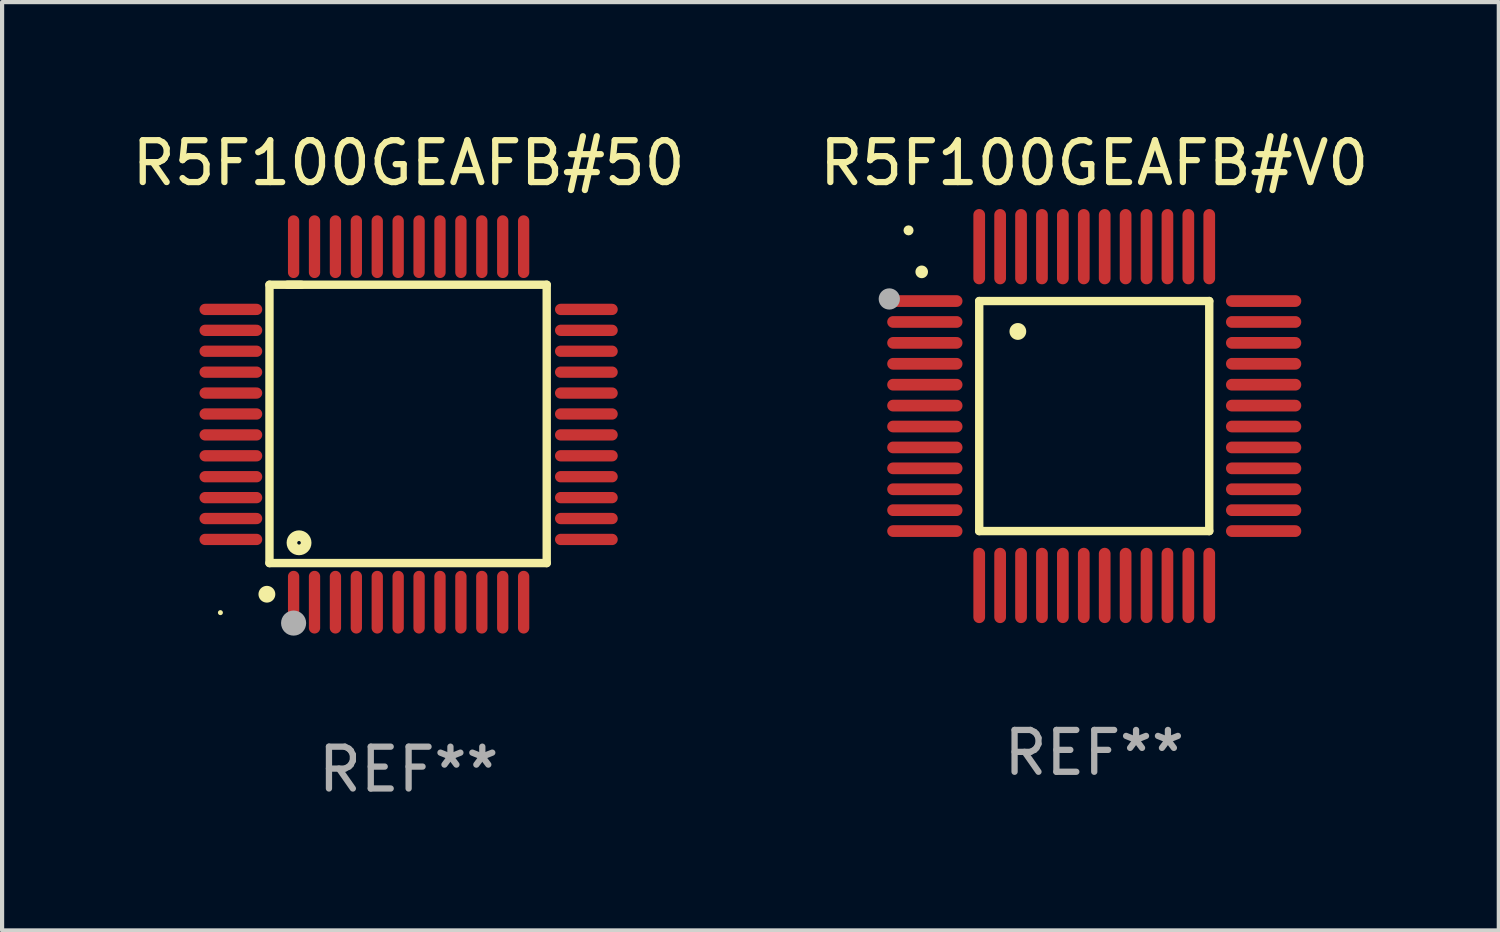
<source format=kicad_pcb>
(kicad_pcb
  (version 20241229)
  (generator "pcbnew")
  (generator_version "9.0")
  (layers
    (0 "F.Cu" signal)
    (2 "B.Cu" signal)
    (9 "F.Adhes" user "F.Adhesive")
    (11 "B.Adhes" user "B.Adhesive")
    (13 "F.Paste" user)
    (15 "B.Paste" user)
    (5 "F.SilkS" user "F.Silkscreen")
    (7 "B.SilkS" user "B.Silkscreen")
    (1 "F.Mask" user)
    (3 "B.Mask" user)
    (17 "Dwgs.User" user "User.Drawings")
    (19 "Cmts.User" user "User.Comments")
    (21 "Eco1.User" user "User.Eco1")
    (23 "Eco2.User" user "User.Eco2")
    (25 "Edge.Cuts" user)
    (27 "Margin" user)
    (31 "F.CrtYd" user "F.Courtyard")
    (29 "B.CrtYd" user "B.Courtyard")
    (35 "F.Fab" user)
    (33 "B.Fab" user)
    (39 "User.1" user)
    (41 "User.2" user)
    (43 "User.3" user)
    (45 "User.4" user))
  (footprint "R5F100GEAFB#V0"
    (layer "F.Cu")
    (at 23.113 6.898)
    (property "Reference" "R5F100GEAFB#V0" (at 0 -6.05 0) (layer "F.SilkS") (effects (font (size 1 1) (thickness 0.15))))
    (attr through_hole)
    (fp_line (start -2.75 -2.75) (end 2.75 -2.75) (stroke (width 0.2) (type solid)) (layer "F.SilkS"))
    (fp_line (start -2.75 2.75) (end -2.75 -2.75) (stroke (width 0.2) (type solid)) (layer "F.SilkS"))
    (fp_line (start 2.75 -2.75) (end 2.75 2.75) (stroke (width 0.2) (type solid)) (layer "F.SilkS"))
    (fp_line (start 2.75 2.75) (end -2.75 2.75) (stroke (width 0.2) (type solid)) (layer "F.SilkS"))
    (fp_arc (start -4.124968 -3.446787) (mid -4.124973 -3.448057) (end -4.124968 -3.449327) (stroke (width 0.3) (type solid)) (layer "F.SilkS"))
    (fp_arc (start -1.826264 -2.021844) (mid -1.826268 -2.023114) (end -1.826264 -2.024384) (stroke (width 0.4) (type solid)) (layer "F.SilkS"))
    (fp_circle (center -4.44 -4.44) (end -4.38 -4.44) (stroke (width 0.12) (type solid)) (fill no) (layer "F.SilkS"))
    (fp_circle (center -4.9 -2.8) (end -4.773 -2.8) (stroke (width 0.254) (type solid)) (fill no) (layer "F.Fab"))
    (fp_text user "REF**" (at 0 8.05 0) (layer "F.Fab") (effects (font (size 1 1) (thickness 0.15))))
    (pad "1" smd oval (at -4.05 -2.75 90) (size 0.28 1.8) (layers "F.Cu" "F.Mask" "F.Paste"))
    (pad "2" smd oval (at -4.05 -2.25 90) (size 0.28 1.8) (layers "F.Cu" "F.Mask" "F.Paste"))
    (pad "3" smd oval (at -4.05 -1.75 90) (size 0.28 1.8) (layers "F.Cu" "F.Mask" "F.Paste"))
    (pad "4" smd oval (at -4.05 -1.25 90) (size 0.28 1.8) (layers "F.Cu" "F.Mask" "F.Paste"))
    (pad "5" smd oval (at -4.05 -0.75 90) (size 0.28 1.8) (layers "F.Cu" "F.Mask" "F.Paste"))
    (pad "6" smd oval (at -4.05 -0.25 90) (size 0.28 1.8) (layers "F.Cu" "F.Mask" "F.Paste"))
    (pad "7" smd oval (at -4.05 0.25 90) (size 0.28 1.8) (layers "F.Cu" "F.Mask" "F.Paste"))
    (pad "8" smd oval (at -4.05 0.75 90) (size 0.28 1.8) (layers "F.Cu" "F.Mask" "F.Paste"))
    (pad "9" smd oval (at -4.05 1.25 90) (size 0.28 1.8) (layers "F.Cu" "F.Mask" "F.Paste"))
    (pad "10" smd oval (at -4.05 1.75 90) (size 0.28 1.8) (layers "F.Cu" "F.Mask" "F.Paste"))
    (pad "11" smd oval (at -4.05 2.25 90) (size 0.28 1.8) (layers "F.Cu" "F.Mask" "F.Paste"))
    (pad "12" smd oval (at -4.05 2.75 90) (size 0.28 1.8) (layers "F.Cu" "F.Mask" "F.Paste"))
    (pad "13" smd oval (at -2.75 4.05) (size 0.28 1.8) (layers "F.Cu" "F.Mask" "F.Paste"))
    (pad "14" smd oval (at -2.25 4.05) (size 0.28 1.8) (layers "F.Cu" "F.Mask" "F.Paste"))
    (pad "15" smd oval (at -1.75 4.05) (size 0.28 1.8) (layers "F.Cu" "F.Mask" "F.Paste"))
    (pad "16" smd oval (at -1.25 4.05) (size 0.28 1.8) (layers "F.Cu" "F.Mask" "F.Paste"))
    (pad "17" smd oval (at -0.75 4.05) (size 0.28 1.8) (layers "F.Cu" "F.Mask" "F.Paste"))
    (pad "18" smd oval (at -0.25 4.05) (size 0.28 1.8) (layers "F.Cu" "F.Mask" "F.Paste"))
    (pad "19" smd oval (at 0.25 4.05) (size 0.28 1.8) (layers "F.Cu" "F.Mask" "F.Paste"))
    (pad "20" smd oval (at 0.75 4.05) (size 0.28 1.8) (layers "F.Cu" "F.Mask" "F.Paste"))
    (pad "21" smd oval (at 1.25 4.05) (size 0.28 1.8) (layers "F.Cu" "F.Mask" "F.Paste"))
    (pad "22" smd oval (at 1.75 4.05) (size 0.28 1.8) (layers "F.Cu" "F.Mask" "F.Paste"))
    (pad "23" smd oval (at 2.25 4.05) (size 0.28 1.8) (layers "F.Cu" "F.Mask" "F.Paste"))
    (pad "24" smd oval (at 2.75 4.05) (size 0.28 1.8) (layers "F.Cu" "F.Mask" "F.Paste"))
    (pad "25" smd oval (at 4.05 2.75 90) (size 0.28 1.8) (layers "F.Cu" "F.Mask" "F.Paste"))
    (pad "26" smd oval (at 4.05 2.25 90) (size 0.28 1.8) (layers "F.Cu" "F.Mask" "F.Paste"))
    (pad "27" smd oval (at 4.05 1.75 90) (size 0.28 1.8) (layers "F.Cu" "F.Mask" "F.Paste"))
    (pad "28" smd oval (at 4.05 1.25 90) (size 0.28 1.8) (layers "F.Cu" "F.Mask" "F.Paste"))
    (pad "29" smd oval (at 4.05 0.75 90) (size 0.28 1.8) (layers "F.Cu" "F.Mask" "F.Paste"))
    (pad "30" smd oval (at 4.05 0.25 90) (size 0.28 1.8) (layers "F.Cu" "F.Mask" "F.Paste"))
    (pad "31" smd oval (at 4.05 -0.25 90) (size 0.28 1.8) (layers "F.Cu" "F.Mask" "F.Paste"))
    (pad "32" smd oval (at 4.05 -0.75 90) (size 0.28 1.8) (layers "F.Cu" "F.Mask" "F.Paste"))
    (pad "33" smd oval (at 4.05 -1.25 90) (size 0.28 1.8) (layers "F.Cu" "F.Mask" "F.Paste"))
    (pad "34" smd oval (at 4.05 -1.75 90) (size 0.28 1.8) (layers "F.Cu" "F.Mask" "F.Paste"))
    (pad "35" smd oval (at 4.05 -2.25 90) (size 0.28 1.8) (layers "F.Cu" "F.Mask" "F.Paste"))
    (pad "36" smd oval (at 4.05 -2.75 90) (size 0.28 1.8) (layers "F.Cu" "F.Mask" "F.Paste"))
    (pad "37" smd oval (at 2.75 -4.05) (size 0.28 1.8) (layers "F.Cu" "F.Mask" "F.Paste"))
    (pad "38" smd oval (at 2.25 -4.05) (size 0.28 1.8) (layers "F.Cu" "F.Mask" "F.Paste"))
    (pad "39" smd oval (at 1.75 -4.05) (size 0.28 1.8) (layers "F.Cu" "F.Mask" "F.Paste"))
    (pad "40" smd oval (at 1.25 -4.05) (size 0.28 1.8) (layers "F.Cu" "F.Mask" "F.Paste"))
    (pad "41" smd oval (at 0.75 -4.05) (size 0.28 1.8) (layers "F.Cu" "F.Mask" "F.Paste"))
    (pad "42" smd oval (at 0.25 -4.05) (size 0.28 1.8) (layers "F.Cu" "F.Mask" "F.Paste"))
    (pad "43" smd oval (at -0.25 -4.05) (size 0.28 1.8) (layers "F.Cu" "F.Mask" "F.Paste"))
    (pad "44" smd oval (at -0.75 -4.05) (size 0.28 1.8) (layers "F.Cu" "F.Mask" "F.Paste"))
    (pad "45" smd oval (at -1.25 -4.05) (size 0.28 1.8) (layers "F.Cu" "F.Mask" "F.Paste"))
    (pad "46" smd oval (at -1.75 -4.05) (size 0.28 1.8) (layers "F.Cu" "F.Mask" "F.Paste"))
    (pad "47" smd oval (at -2.25 -4.05) (size 0.28 1.8) (layers "F.Cu" "F.Mask" "F.Paste"))
    (pad "48" smd oval (at -2.75 -4.05) (size 0.28 1.8) (layers "F.Cu" "F.Mask" "F.Paste")))
  (footprint "R5F100GEAFB#50"
    (layer "F.Cu")
    (at 6.72 7.098)
    (property "Reference" "R5F100GEAFB#50" (at 0 -6.25 0) (layer "F.SilkS") (effects (font (size 1 1) (thickness 0.15))))
    (attr through_hole)
    (fp_line (start -3.327 -3.34) (end -2.565 -3.34) (stroke (width 0.2) (type solid)) (layer "F.SilkS"))
    (fp_line (start -3.327 3.315) (end -3.327 -3.34) (stroke (width 0.2) (type solid)) (layer "F.SilkS"))
    (fp_line (start -2.896 -3.34) (end 3.302 -3.34) (stroke (width 0.2) (type solid)) (layer "F.SilkS"))
    (fp_line (start 3.302 -3.34) (end 3.302 3.315) (stroke (width 0.2) (type solid)) (layer "F.SilkS"))
    (fp_line (start 3.302 3.315) (end -3.327 3.315) (stroke (width 0.2) (type solid)) (layer "F.SilkS"))
    (fp_arc (start -3.389992 4.059995) (mid -3.388722 4.059991) (end -3.387452 4.059995) (stroke (width 0.4) (type solid)) (layer "F.SilkS"))
    (fp_circle (center -4.5 4.5) (end -4.47 4.5) (stroke (width 0.06) (type solid)) (fill no) (layer "F.SilkS"))
    (fp_circle (center -2.62 2.83) (end -2.45 2.83) (stroke (width 0.254) (type solid)) (fill no) (layer "F.SilkS"))
    (fp_circle (center -2.75 4.75) (end -2.6 4.75) (stroke (width 0.3) (type solid)) (fill no) (layer "F.Fab"))
    (fp_text user "REF**" (at 0 8.25 0) (layer "F.Fab") (effects (font (size 1 1) (thickness 0.15))))
    (pad "1" smd oval (at -2.75 4.25) (size 0.27 1.5) (layers "F.Cu" "F.Mask" "F.Paste"))
    (pad "2" smd oval (at -2.25 4.25) (size 0.27 1.5) (layers "F.Cu" "F.Mask" "F.Paste"))
    (pad "3" smd oval (at -1.75 4.25) (size 0.27 1.5) (layers "F.Cu" "F.Mask" "F.Paste"))
    (pad "4" smd oval (at -1.25 4.25) (size 0.27 1.5) (layers "F.Cu" "F.Mask" "F.Paste"))
    (pad "5" smd oval (at -0.75 4.25) (size 0.27 1.5) (layers "F.Cu" "F.Mask" "F.Paste"))
    (pad "6" smd oval (at -0.25 4.25) (size 0.27 1.5) (layers "F.Cu" "F.Mask" "F.Paste"))
    (pad "7" smd oval (at 0.25 4.25) (size 0.27 1.5) (layers "F.Cu" "F.Mask" "F.Paste"))
    (pad "8" smd oval (at 0.75 4.25) (size 0.27 1.5) (layers "F.Cu" "F.Mask" "F.Paste"))
    (pad "9" smd oval (at 1.25 4.25) (size 0.27 1.5) (layers "F.Cu" "F.Mask" "F.Paste"))
    (pad "10" smd oval (at 1.75 4.25) (size 0.27 1.5) (layers "F.Cu" "F.Mask" "F.Paste"))
    (pad "11" smd oval (at 2.25 4.25) (size 0.27 1.5) (layers "F.Cu" "F.Mask" "F.Paste"))
    (pad "12" smd oval (at 2.75 4.25) (size 0.27 1.5) (layers "F.Cu" "F.Mask" "F.Paste"))
    (pad "13" smd oval (at 4.25 2.75) (size 1.5 0.27) (layers "F.Cu" "F.Mask" "F.Paste"))
    (pad "14" smd oval (at 4.25 2.25) (size 1.5 0.27) (layers "F.Cu" "F.Mask" "F.Paste"))
    (pad "15" smd oval (at 4.25 1.75) (size 1.5 0.27) (layers "F.Cu" "F.Mask" "F.Paste"))
    (pad "16" smd oval (at 4.25 1.25) (size 1.5 0.27) (layers "F.Cu" "F.Mask" "F.Paste"))
    (pad "17" smd oval (at 4.25 0.75) (size 1.5 0.27) (layers "F.Cu" "F.Mask" "F.Paste"))
    (pad "18" smd oval (at 4.25 0.25) (size 1.5 0.27) (layers "F.Cu" "F.Mask" "F.Paste"))
    (pad "19" smd oval (at 4.25 -0.25) (size 1.5 0.27) (layers "F.Cu" "F.Mask" "F.Paste"))
    (pad "20" smd oval (at 4.25 -0.75) (size 1.5 0.27) (layers "F.Cu" "F.Mask" "F.Paste"))
    (pad "21" smd oval (at 4.25 -1.25) (size 1.5 0.27) (layers "F.Cu" "F.Mask" "F.Paste"))
    (pad "22" smd oval (at 4.25 -1.75) (size 1.5 0.27) (layers "F.Cu" "F.Mask" "F.Paste"))
    (pad "23" smd oval (at 4.25 -2.25) (size 1.5 0.27) (layers "F.Cu" "F.Mask" "F.Paste"))
    (pad "24" smd oval (at 4.25 -2.75) (size 1.5 0.27) (layers "F.Cu" "F.Mask" "F.Paste"))
    (pad "25" smd oval (at 2.75 -4.25) (size 0.27 1.5) (layers "F.Cu" "F.Mask" "F.Paste"))
    (pad "26" smd oval (at 2.25 -4.25) (size 0.27 1.5) (layers "F.Cu" "F.Mask" "F.Paste"))
    (pad "27" smd oval (at 1.75 -4.25) (size 0.27 1.5) (layers "F.Cu" "F.Mask" "F.Paste"))
    (pad "28" smd oval (at 1.25 -4.25) (size 0.27 1.5) (layers "F.Cu" "F.Mask" "F.Paste"))
    (pad "29" smd oval (at 0.75 -4.25) (size 0.27 1.5) (layers "F.Cu" "F.Mask" "F.Paste"))
    (pad "30" smd oval (at 0.25 -4.25) (size 0.27 1.5) (layers "F.Cu" "F.Mask" "F.Paste"))
    (pad "31" smd oval (at -0.25 -4.25) (size 0.27 1.5) (layers "F.Cu" "F.Mask" "F.Paste"))
    (pad "32" smd oval (at -0.75 -4.25) (size 0.27 1.5) (layers "F.Cu" "F.Mask" "F.Paste"))
    (pad "33" smd oval (at -1.25 -4.25) (size 0.27 1.5) (layers "F.Cu" "F.Mask" "F.Paste"))
    (pad "34" smd oval (at -1.75 -4.25) (size 0.27 1.5) (layers "F.Cu" "F.Mask" "F.Paste"))
    (pad "35" smd oval (at -2.25 -4.25) (size 0.27 1.5) (layers "F.Cu" "F.Mask" "F.Paste"))
    (pad "36" smd oval (at -2.75 -4.25) (size 0.27 1.5) (layers "F.Cu" "F.Mask" "F.Paste"))
    (pad "37" smd oval (at -4.25 -2.75) (size 1.5 0.27) (layers "F.Cu" "F.Mask" "F.Paste"))
    (pad "38" smd oval (at -4.25 -2.25) (size 1.5 0.27) (layers "F.Cu" "F.Mask" "F.Paste"))
    (pad "39" smd oval (at -4.25 -1.75) (size 1.5 0.27) (layers "F.Cu" "F.Mask" "F.Paste"))
    (pad "40" smd oval (at -4.25 -1.25) (size 1.5 0.27) (layers "F.Cu" "F.Mask" "F.Paste"))
    (pad "41" smd oval (at -4.25 -0.75) (size 1.5 0.27) (layers "F.Cu" "F.Mask" "F.Paste"))
    (pad "42" smd oval (at -4.25 -0.25) (size 1.5 0.27) (layers "F.Cu" "F.Mask" "F.Paste"))
    (pad "43" smd oval (at -4.25 0.25) (size 1.5 0.27) (layers "F.Cu" "F.Mask" "F.Paste"))
    (pad "44" smd oval (at -4.25 0.75) (size 1.5 0.27) (layers "F.Cu" "F.Mask" "F.Paste"))
    (pad "45" smd oval (at -4.25 1.25) (size 1.5 0.27) (layers "F.Cu" "F.Mask" "F.Paste"))
    (pad "46" smd oval (at -4.25 1.75) (size 1.5 0.27) (layers "F.Cu" "F.Mask" "F.Paste"))
    (pad "47" smd oval (at -4.25 2.25) (size 1.5 0.27) (layers "F.Cu" "F.Mask" "F.Paste"))
    (pad "48" smd oval (at -4.25 2.75) (size 1.5 0.27) (layers "F.Cu" "F.Mask" "F.Paste")))
  (gr_rect
    (start -3 -3)
    (end 32.786 19.196)
    (stroke (width 0.1) (type default))
    (fill no)
    (layer "Edge.Cuts")))
</source>
